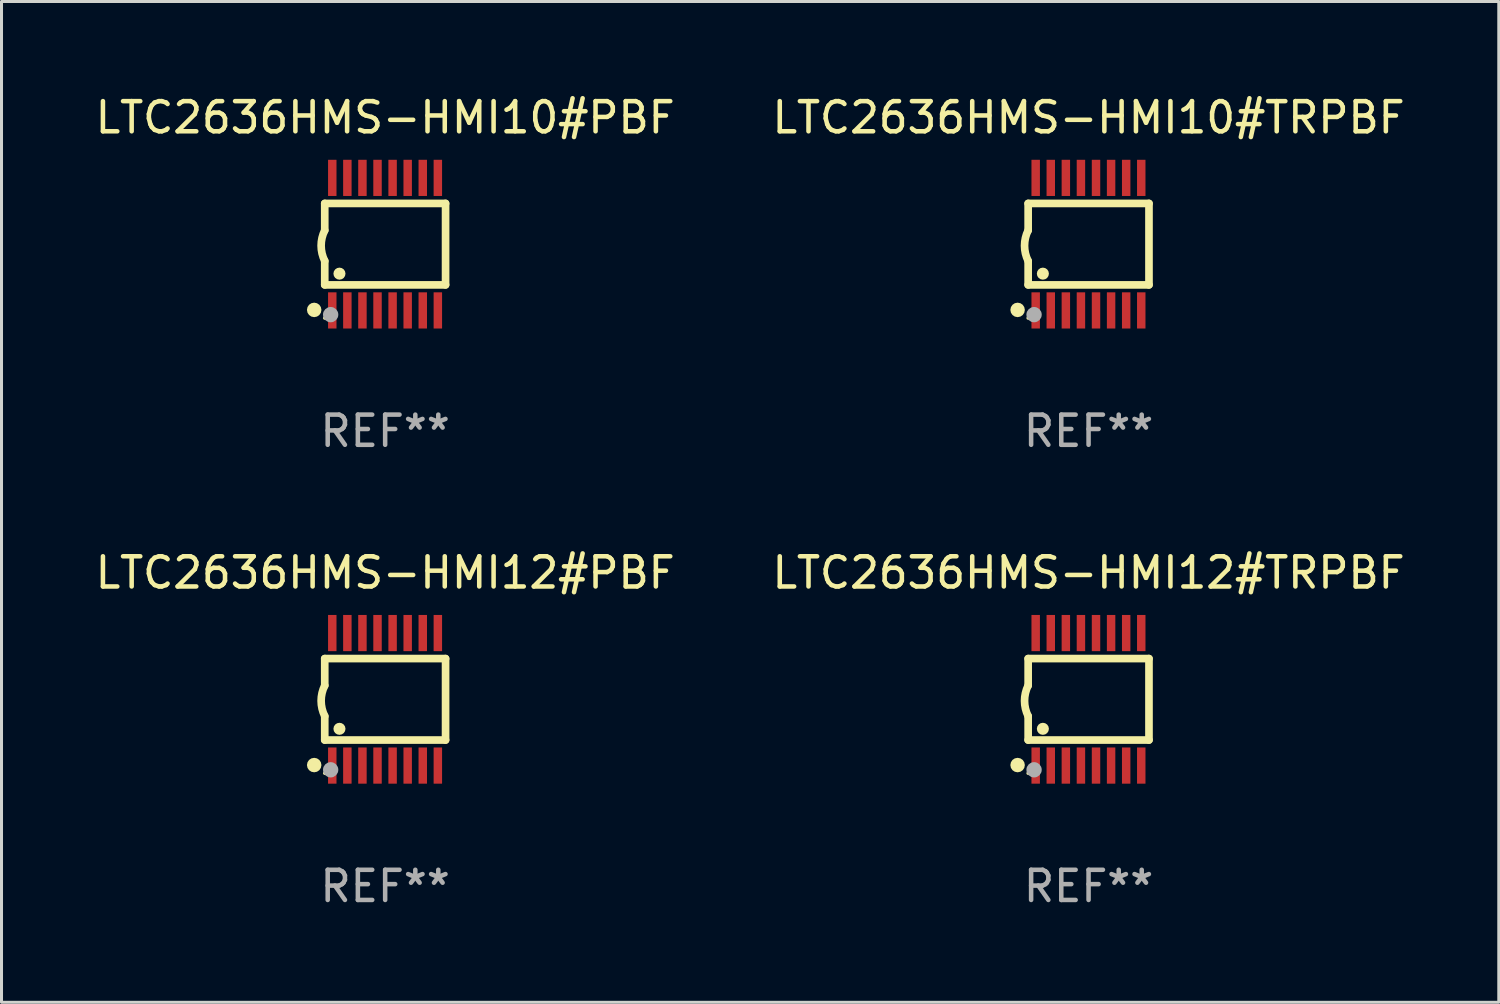
<source format=kicad_pcb>
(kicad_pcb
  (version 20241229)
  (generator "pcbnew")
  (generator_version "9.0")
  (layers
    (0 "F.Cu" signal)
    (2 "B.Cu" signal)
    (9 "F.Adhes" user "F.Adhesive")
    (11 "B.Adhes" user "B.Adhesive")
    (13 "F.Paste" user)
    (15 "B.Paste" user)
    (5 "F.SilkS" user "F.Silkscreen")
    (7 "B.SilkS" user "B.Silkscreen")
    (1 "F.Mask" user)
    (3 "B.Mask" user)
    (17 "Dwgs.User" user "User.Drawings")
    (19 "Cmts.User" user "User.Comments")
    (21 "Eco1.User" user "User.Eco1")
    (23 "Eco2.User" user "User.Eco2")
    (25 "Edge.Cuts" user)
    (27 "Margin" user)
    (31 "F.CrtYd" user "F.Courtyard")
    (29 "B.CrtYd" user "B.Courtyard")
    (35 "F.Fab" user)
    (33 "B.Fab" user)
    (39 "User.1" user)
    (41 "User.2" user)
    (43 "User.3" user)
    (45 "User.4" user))
  (footprint "LTC2636HMS-HMI12#PBF"
    (layer "F.Cu")
    (at 9.72 20.136)
    (property "Reference" "LTC2636HMS-HMI12#PBF" (at 0 -4.197 0) (layer "F.SilkS") (effects (font (size 1 1) (thickness 0.15))))
    (attr through_hole)
    (fp_line (start -2.003 -1.35) (end -2.003 -0.457) (stroke (width 0.254) (type solid)) (layer "F.SilkS"))
    (fp_line (start -2.003 -1.35) (end 2.003 -1.35) (stroke (width 0.254) (type solid)) (layer "F.SilkS"))
    (fp_line (start -2.003 1.35) (end -2.003 0.559) (stroke (width 0.254) (type solid)) (layer "F.SilkS"))
    (fp_line (start -2.003 1.35) (end 2.003 1.35) (stroke (width 0.254) (type solid)) (layer "F.SilkS"))
    (fp_line (start 2.003 -1.35) (end 2.003 1.35) (stroke (width 0.254) (type solid)) (layer "F.SilkS"))
    (fp_arc (start -2.002286 0.558802) (mid -2.122556 0.05092) (end -2.003302 -0.457201) (stroke (width 0.254001) (type solid)) (layer "F.SilkS"))
    (fp_circle (center -2.353 2.18) (end -2.233 2.18) (stroke (width 0.24) (type solid)) (fill no) (layer "F.SilkS"))
    (fp_circle (center -2.003 2.45) (end -1.973 2.45) (stroke (width 0.06) (type solid)) (fill no) (layer "F.SilkS"))
    (fp_circle (center -1.515 0.978) (end -1.415 0.978) (stroke (width 0.2) (type solid)) (fill no) (layer "F.SilkS"))
    (fp_circle (center -1.807 2.337) (end -1.68 2.337) (stroke (width 0.254) (type solid)) (fill no) (layer "F.Fab"))
    (fp_text user "REF**" (at 0 6.197 0) (layer "F.Fab") (effects (font (size 1 1) (thickness 0.15))))
    (pad "1" smd rect (at -1.753 2.197 90) (size 1.2 0.28) (layers "F.Cu" "F.Mask" "F.Paste"))
    (pad "2" smd rect (at -1.253 2.197 90) (size 1.2 0.28) (layers "F.Cu" "F.Mask" "F.Paste"))
    (pad "3" smd rect (at -0.753 2.197 90) (size 1.2 0.28) (layers "F.Cu" "F.Mask" "F.Paste"))
    (pad "4" smd rect (at -0.253 2.197 90) (size 1.2 0.28) (layers "F.Cu" "F.Mask" "F.Paste"))
    (pad "5" smd rect (at 0.247 2.197 90) (size 1.2 0.28) (layers "F.Cu" "F.Mask" "F.Paste"))
    (pad "6" smd rect (at 0.747 2.197 90) (size 1.2 0.28) (layers "F.Cu" "F.Mask" "F.Paste"))
    (pad "7" smd rect (at 1.247 2.197 90) (size 1.2 0.28) (layers "F.Cu" "F.Mask" "F.Paste"))
    (pad "8" smd rect (at 1.747 2.197 90) (size 1.2 0.28) (layers "F.Cu" "F.Mask" "F.Paste"))
    (pad "9" smd rect (at 1.747 -2.197 90) (size 1.2 0.28) (layers "F.Cu" "F.Mask" "F.Paste"))
    (pad "10" smd rect (at 1.247 -2.197 90) (size 1.2 0.28) (layers "F.Cu" "F.Mask" "F.Paste"))
    (pad "11" smd rect (at 0.747 -2.197 90) (size 1.2 0.28) (layers "F.Cu" "F.Mask" "F.Paste"))
    (pad "12" smd rect (at 0.247 -2.197 90) (size 1.2 0.28) (layers "F.Cu" "F.Mask" "F.Paste"))
    (pad "13" smd rect (at -0.253 -2.197 90) (size 1.2 0.28) (layers "F.Cu" "F.Mask" "F.Paste"))
    (pad "14" smd rect (at -0.753 -2.197 90) (size 1.2 0.28) (layers "F.Cu" "F.Mask" "F.Paste"))
    (pad "15" smd rect (at -1.253 -2.197 90) (size 1.2 0.28) (layers "F.Cu" "F.Mask" "F.Paste"))
    (pad "16" smd rect (at -1.753 -2.197 90) (size 1.2 0.28) (layers "F.Cu" "F.Mask" "F.Paste")))
  (footprint "LTC2636HMS-HMI10#TRPBF"
    (layer "F.Cu")
    (at 33.042 5.045)
    (property "Reference" "LTC2636HMS-HMI10#TRPBF" (at 0 -4.197 0) (layer "F.SilkS") (effects (font (size 1 1) (thickness 0.15))))
    (attr through_hole)
    (fp_line (start -2.003 -1.35) (end -2.003 -0.457) (stroke (width 0.254) (type solid)) (layer "F.SilkS"))
    (fp_line (start -2.003 -1.35) (end 2.003 -1.35) (stroke (width 0.254) (type solid)) (layer "F.SilkS"))
    (fp_line (start -2.003 1.35) (end -2.003 0.559) (stroke (width 0.254) (type solid)) (layer "F.SilkS"))
    (fp_line (start -2.003 1.35) (end 2.003 1.35) (stroke (width 0.254) (type solid)) (layer "F.SilkS"))
    (fp_line (start 2.003 -1.35) (end 2.003 1.35) (stroke (width 0.254) (type solid)) (layer "F.SilkS"))
    (fp_arc (start -2.002286 0.558802) (mid -2.122556 0.05092) (end -2.003302 -0.457201) (stroke (width 0.254001) (type solid)) (layer "F.SilkS"))
    (fp_circle (center -2.353 2.18) (end -2.233 2.18) (stroke (width 0.24) (type solid)) (fill no) (layer "F.SilkS"))
    (fp_circle (center -2.003 2.45) (end -1.973 2.45) (stroke (width 0.06) (type solid)) (fill no) (layer "F.SilkS"))
    (fp_circle (center -1.515 0.978) (end -1.415 0.978) (stroke (width 0.2) (type solid)) (fill no) (layer "F.SilkS"))
    (fp_circle (center -1.807 2.337) (end -1.68 2.337) (stroke (width 0.254) (type solid)) (fill no) (layer "F.Fab"))
    (fp_text user "REF**" (at 0 6.197 0) (layer "F.Fab") (effects (font (size 1 1) (thickness 0.15))))
    (pad "1" smd rect (at -1.753 2.197 90) (size 1.2 0.28) (layers "F.Cu" "F.Mask" "F.Paste"))
    (pad "2" smd rect (at -1.253 2.197 90) (size 1.2 0.28) (layers "F.Cu" "F.Mask" "F.Paste"))
    (pad "3" smd rect (at -0.753 2.197 90) (size 1.2 0.28) (layers "F.Cu" "F.Mask" "F.Paste"))
    (pad "4" smd rect (at -0.253 2.197 90) (size 1.2 0.28) (layers "F.Cu" "F.Mask" "F.Paste"))
    (pad "5" smd rect (at 0.247 2.197 90) (size 1.2 0.28) (layers "F.Cu" "F.Mask" "F.Paste"))
    (pad "6" smd rect (at 0.747 2.197 90) (size 1.2 0.28) (layers "F.Cu" "F.Mask" "F.Paste"))
    (pad "7" smd rect (at 1.247 2.197 90) (size 1.2 0.28) (layers "F.Cu" "F.Mask" "F.Paste"))
    (pad "8" smd rect (at 1.747 2.197 90) (size 1.2 0.28) (layers "F.Cu" "F.Mask" "F.Paste"))
    (pad "9" smd rect (at 1.747 -2.197 90) (size 1.2 0.28) (layers "F.Cu" "F.Mask" "F.Paste"))
    (pad "10" smd rect (at 1.247 -2.197 90) (size 1.2 0.28) (layers "F.Cu" "F.Mask" "F.Paste"))
    (pad "11" smd rect (at 0.747 -2.197 90) (size 1.2 0.28) (layers "F.Cu" "F.Mask" "F.Paste"))
    (pad "12" smd rect (at 0.247 -2.197 90) (size 1.2 0.28) (layers "F.Cu" "F.Mask" "F.Paste"))
    (pad "13" smd rect (at -0.253 -2.197 90) (size 1.2 0.28) (layers "F.Cu" "F.Mask" "F.Paste"))
    (pad "14" smd rect (at -0.753 -2.197 90) (size 1.2 0.28) (layers "F.Cu" "F.Mask" "F.Paste"))
    (pad "15" smd rect (at -1.253 -2.197 90) (size 1.2 0.28) (layers "F.Cu" "F.Mask" "F.Paste"))
    (pad "16" smd rect (at -1.753 -2.197 90) (size 1.2 0.28) (layers "F.Cu" "F.Mask" "F.Paste")))
  (footprint "LTC2636HMS-HMI10#PBF"
    (layer "F.Cu")
    (at 9.72 5.045)
    (property "Reference" "LTC2636HMS-HMI10#PBF" (at 0 -4.197 0) (layer "F.SilkS") (effects (font (size 1 1) (thickness 0.15))))
    (attr through_hole)
    (fp_line (start -2.003 -1.35) (end -2.003 -0.457) (stroke (width 0.254) (type solid)) (layer "F.SilkS"))
    (fp_line (start -2.003 -1.35) (end 2.003 -1.35) (stroke (width 0.254) (type solid)) (layer "F.SilkS"))
    (fp_line (start -2.003 1.35) (end -2.003 0.559) (stroke (width 0.254) (type solid)) (layer "F.SilkS"))
    (fp_line (start -2.003 1.35) (end 2.003 1.35) (stroke (width 0.254) (type solid)) (layer "F.SilkS"))
    (fp_line (start 2.003 -1.35) (end 2.003 1.35) (stroke (width 0.254) (type solid)) (layer "F.SilkS"))
    (fp_arc (start -2.002286 0.558802) (mid -2.122556 0.05092) (end -2.003302 -0.457201) (stroke (width 0.254001) (type solid)) (layer "F.SilkS"))
    (fp_circle (center -2.353 2.18) (end -2.233 2.18) (stroke (width 0.24) (type solid)) (fill no) (layer "F.SilkS"))
    (fp_circle (center -2.003 2.45) (end -1.973 2.45) (stroke (width 0.06) (type solid)) (fill no) (layer "F.SilkS"))
    (fp_circle (center -1.515 0.978) (end -1.415 0.978) (stroke (width 0.2) (type solid)) (fill no) (layer "F.SilkS"))
    (fp_circle (center -1.807 2.337) (end -1.68 2.337) (stroke (width 0.254) (type solid)) (fill no) (layer "F.Fab"))
    (fp_text user "REF**" (at 0 6.197 0) (layer "F.Fab") (effects (font (size 1 1) (thickness 0.15))))
    (pad "1" smd rect (at -1.753 2.197 90) (size 1.2 0.28) (layers "F.Cu" "F.Mask" "F.Paste"))
    (pad "2" smd rect (at -1.253 2.197 90) (size 1.2 0.28) (layers "F.Cu" "F.Mask" "F.Paste"))
    (pad "3" smd rect (at -0.753 2.197 90) (size 1.2 0.28) (layers "F.Cu" "F.Mask" "F.Paste"))
    (pad "4" smd rect (at -0.253 2.197 90) (size 1.2 0.28) (layers "F.Cu" "F.Mask" "F.Paste"))
    (pad "5" smd rect (at 0.247 2.197 90) (size 1.2 0.28) (layers "F.Cu" "F.Mask" "F.Paste"))
    (pad "6" smd rect (at 0.747 2.197 90) (size 1.2 0.28) (layers "F.Cu" "F.Mask" "F.Paste"))
    (pad "7" smd rect (at 1.247 2.197 90) (size 1.2 0.28) (layers "F.Cu" "F.Mask" "F.Paste"))
    (pad "8" smd rect (at 1.747 2.197 90) (size 1.2 0.28) (layers "F.Cu" "F.Mask" "F.Paste"))
    (pad "9" smd rect (at 1.747 -2.197 90) (size 1.2 0.28) (layers "F.Cu" "F.Mask" "F.Paste"))
    (pad "10" smd rect (at 1.247 -2.197 90) (size 1.2 0.28) (layers "F.Cu" "F.Mask" "F.Paste"))
    (pad "11" smd rect (at 0.747 -2.197 90) (size 1.2 0.28) (layers "F.Cu" "F.Mask" "F.Paste"))
    (pad "12" smd rect (at 0.247 -2.197 90) (size 1.2 0.28) (layers "F.Cu" "F.Mask" "F.Paste"))
    (pad "13" smd rect (at -0.253 -2.197 90) (size 1.2 0.28) (layers "F.Cu" "F.Mask" "F.Paste"))
    (pad "14" smd rect (at -0.753 -2.197 90) (size 1.2 0.28) (layers "F.Cu" "F.Mask" "F.Paste"))
    (pad "15" smd rect (at -1.253 -2.197 90) (size 1.2 0.28) (layers "F.Cu" "F.Mask" "F.Paste"))
    (pad "16" smd rect (at -1.753 -2.197 90) (size 1.2 0.28) (layers "F.Cu" "F.Mask" "F.Paste")))
  (footprint "LTC2636HMS-HMI12#TRPBF"
    (layer "F.Cu")
    (at 33.042 20.136)
    (property "Reference" "LTC2636HMS-HMI12#TRPBF" (at 0 -4.197 0) (layer "F.SilkS") (effects (font (size 1 1) (thickness 0.15))))
    (attr through_hole)
    (fp_line (start -2.003 -1.35) (end -2.003 -0.457) (stroke (width 0.254) (type solid)) (layer "F.SilkS"))
    (fp_line (start -2.003 -1.35) (end 2.003 -1.35) (stroke (width 0.254) (type solid)) (layer "F.SilkS"))
    (fp_line (start -2.003 1.35) (end -2.003 0.559) (stroke (width 0.254) (type solid)) (layer "F.SilkS"))
    (fp_line (start -2.003 1.35) (end 2.003 1.35) (stroke (width 0.254) (type solid)) (layer "F.SilkS"))
    (fp_line (start 2.003 -1.35) (end 2.003 1.35) (stroke (width 0.254) (type solid)) (layer "F.SilkS"))
    (fp_arc (start -2.002286 0.558802) (mid -2.122556 0.05092) (end -2.003302 -0.457201) (stroke (width 0.254001) (type solid)) (layer "F.SilkS"))
    (fp_circle (center -2.353 2.18) (end -2.233 2.18) (stroke (width 0.24) (type solid)) (fill no) (layer "F.SilkS"))
    (fp_circle (center -2.003 2.45) (end -1.973 2.45) (stroke (width 0.06) (type solid)) (fill no) (layer "F.SilkS"))
    (fp_circle (center -1.515 0.978) (end -1.415 0.978) (stroke (width 0.2) (type solid)) (fill no) (layer "F.SilkS"))
    (fp_circle (center -1.807 2.337) (end -1.68 2.337) (stroke (width 0.254) (type solid)) (fill no) (layer "F.Fab"))
    (fp_text user "REF**" (at 0 6.197 0) (layer "F.Fab") (effects (font (size 1 1) (thickness 0.15))))
    (pad "1" smd rect (at -1.753 2.197 90) (size 1.2 0.28) (layers "F.Cu" "F.Mask" "F.Paste"))
    (pad "2" smd rect (at -1.253 2.197 90) (size 1.2 0.28) (layers "F.Cu" "F.Mask" "F.Paste"))
    (pad "3" smd rect (at -0.753 2.197 90) (size 1.2 0.28) (layers "F.Cu" "F.Mask" "F.Paste"))
    (pad "4" smd rect (at -0.253 2.197 90) (size 1.2 0.28) (layers "F.Cu" "F.Mask" "F.Paste"))
    (pad "5" smd rect (at 0.247 2.197 90) (size 1.2 0.28) (layers "F.Cu" "F.Mask" "F.Paste"))
    (pad "6" smd rect (at 0.747 2.197 90) (size 1.2 0.28) (layers "F.Cu" "F.Mask" "F.Paste"))
    (pad "7" smd rect (at 1.247 2.197 90) (size 1.2 0.28) (layers "F.Cu" "F.Mask" "F.Paste"))
    (pad "8" smd rect (at 1.747 2.197 90) (size 1.2 0.28) (layers "F.Cu" "F.Mask" "F.Paste"))
    (pad "9" smd rect (at 1.747 -2.197 90) (size 1.2 0.28) (layers "F.Cu" "F.Mask" "F.Paste"))
    (pad "10" smd rect (at 1.247 -2.197 90) (size 1.2 0.28) (layers "F.Cu" "F.Mask" "F.Paste"))
    (pad "11" smd rect (at 0.747 -2.197 90) (size 1.2 0.28) (layers "F.Cu" "F.Mask" "F.Paste"))
    (pad "12" smd rect (at 0.247 -2.197 90) (size 1.2 0.28) (layers "F.Cu" "F.Mask" "F.Paste"))
    (pad "13" smd rect (at -0.253 -2.197 90) (size 1.2 0.28) (layers "F.Cu" "F.Mask" "F.Paste"))
    (pad "14" smd rect (at -0.753 -2.197 90) (size 1.2 0.28) (layers "F.Cu" "F.Mask" "F.Paste"))
    (pad "15" smd rect (at -1.253 -2.197 90) (size 1.2 0.28) (layers "F.Cu" "F.Mask" "F.Paste"))
    (pad "16" smd rect (at -1.753 -2.197 90) (size 1.2 0.28) (layers "F.Cu" "F.Mask" "F.Paste")))
  (gr_rect
    (start -3 -3)
    (end 46.643 30.181)
    (stroke (width 0.1) (type default))
    (fill no)
    (layer "Edge.Cuts")))
</source>
